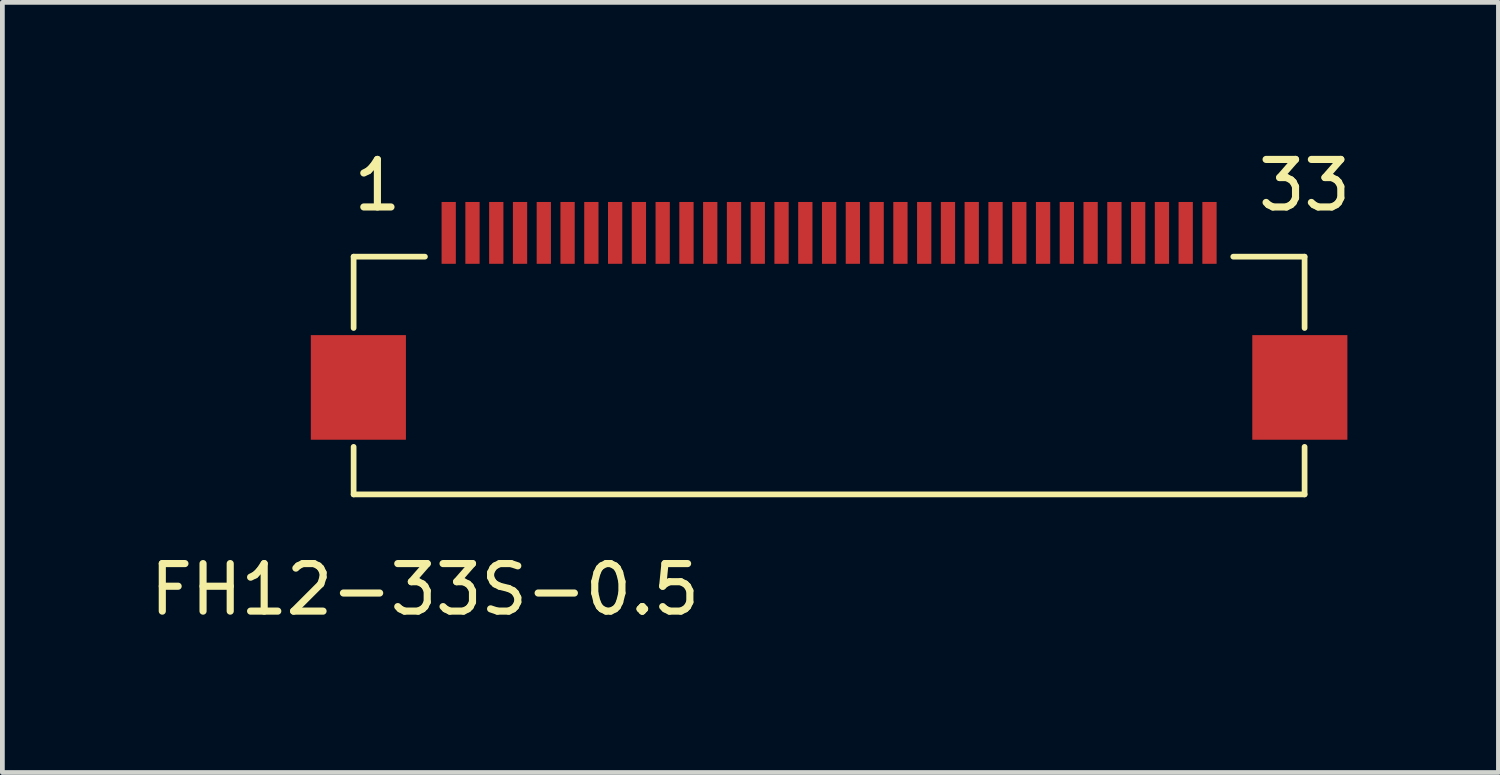
<source format=kicad_pcb>
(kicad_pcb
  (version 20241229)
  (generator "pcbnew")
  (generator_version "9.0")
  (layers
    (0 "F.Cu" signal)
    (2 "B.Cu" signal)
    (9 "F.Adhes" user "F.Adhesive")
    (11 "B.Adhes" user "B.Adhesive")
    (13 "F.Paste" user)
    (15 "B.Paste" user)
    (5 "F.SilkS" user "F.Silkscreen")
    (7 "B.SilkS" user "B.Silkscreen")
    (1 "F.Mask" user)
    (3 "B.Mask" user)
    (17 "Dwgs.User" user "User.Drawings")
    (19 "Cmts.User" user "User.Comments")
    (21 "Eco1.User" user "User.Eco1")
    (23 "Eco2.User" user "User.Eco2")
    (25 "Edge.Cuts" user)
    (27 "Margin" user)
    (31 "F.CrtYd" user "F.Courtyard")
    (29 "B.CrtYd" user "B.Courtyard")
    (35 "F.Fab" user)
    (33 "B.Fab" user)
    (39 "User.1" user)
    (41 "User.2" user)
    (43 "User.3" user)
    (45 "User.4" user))
  (footprint "FH12-33S-0.5"
    (layer "F.Cu")
    (at 6.387 1.848)
    (property "Reference" "FH12-33S-0.5" (at -0.5 7.5 0) (layer "F.SilkS") (effects (font (size 1 1) (thickness 0.15))))
    (attr through_hole)
    (fp_line (start -2 0.5) (end -0.5 0.5) (stroke (width 0.12) (type solid)) (layer "F.SilkS"))
    (fp_line (start -2 2) (end -2 0.5) (stroke (width 0.12) (type solid)) (layer "F.SilkS"))
    (fp_line (start -2 4.5) (end -2 5.5) (stroke (width 0.12) (type solid)) (layer "F.SilkS"))
    (fp_line (start -2 5.5) (end 18 5.5) (stroke (width 0.12) (type solid)) (layer "F.SilkS"))
    (fp_line (start 16.5 0.5) (end 18 0.5) (stroke (width 0.12) (type solid)) (layer "F.SilkS"))
    (fp_line (start 18 0.5) (end 18 2) (stroke (width 0.12) (type solid)) (layer "F.SilkS"))
    (fp_line (start 18 5.5) (end 18 4.5) (stroke (width 0.12) (type solid)) (layer "F.SilkS"))
    (fp_text user "1" (at -1.5 -1 0) (layer "F.SilkS") (effects (font (size 1 1) (thickness 0.15))))
    (fp_text user "33" (at 18 -1 0) (layer "F.SilkS") (effects (font (size 1 1) (thickness 0.15))))
    (pad "1" smd rect (at 0 0) (size 0.3 1.3) (layers "F.Cu" "F.Mask" "F.Paste"))
    (pad "2" smd rect (at 0.5 0) (size 0.3 1.3) (layers "F.Cu" "F.Mask" "F.Paste"))
    (pad "3" smd rect (at 1 0) (size 0.3 1.3) (layers "F.Cu" "F.Mask" "F.Paste"))
    (pad "4" smd rect (at 1.5 0) (size 0.3 1.3) (layers "F.Cu" "F.Mask" "F.Paste"))
    (pad "5" smd rect (at 2 0) (size 0.3 1.3) (layers "F.Cu" "F.Mask" "F.Paste"))
    (pad "6" smd rect (at 2.5 0) (size 0.3 1.3) (layers "F.Cu" "F.Mask" "F.Paste"))
    (pad "7" smd rect (at 3 0) (size 0.3 1.3) (layers "F.Cu" "F.Mask" "F.Paste"))
    (pad "8" smd rect (at 3.5 0) (size 0.3 1.3) (layers "F.Cu" "F.Mask" "F.Paste"))
    (pad "9" smd rect (at 4 0) (size 0.3 1.3) (layers "F.Cu" "F.Mask" "F.Paste"))
    (pad "10" smd rect (at 4.5 0) (size 0.3 1.3) (layers "F.Cu" "F.Mask" "F.Paste"))
    (pad "11" smd rect (at 5 0) (size 0.3 1.3) (layers "F.Cu" "F.Mask" "F.Paste"))
    (pad "12" smd rect (at 5.5 0) (size 0.3 1.3) (layers "F.Cu" "F.Mask" "F.Paste"))
    (pad "13" smd rect (at 6 0) (size 0.3 1.3) (layers "F.Cu" "F.Mask" "F.Paste"))
    (pad "14" smd rect (at 6.5 0) (size 0.3 1.3) (layers "F.Cu" "F.Mask" "F.Paste"))
    (pad "15" smd rect (at 7 0) (size 0.3 1.3) (layers "F.Cu" "F.Mask" "F.Paste"))
    (pad "16" smd rect (at 7.5 0) (size 0.3 1.3) (layers "F.Cu" "F.Mask" "F.Paste"))
    (pad "17" smd rect (at 8 0) (size 0.3 1.3) (layers "F.Cu" "F.Mask" "F.Paste"))
    (pad "18" smd rect (at 8.5 0) (size 0.3 1.3) (layers "F.Cu" "F.Mask" "F.Paste"))
    (pad "19" smd rect (at 9 0) (size 0.3 1.3) (layers "F.Cu" "F.Mask" "F.Paste"))
    (pad "20" smd rect (at 9.5 0) (size 0.3 1.3) (layers "F.Cu" "F.Mask" "F.Paste"))
    (pad "21" smd rect (at 10 0) (size 0.3 1.3) (layers "F.Cu" "F.Mask" "F.Paste"))
    (pad "22" smd rect (at 10.5 0) (size 0.3 1.3) (layers "F.Cu" "F.Mask" "F.Paste"))
    (pad "23" smd rect (at 11 0) (size 0.3 1.3) (layers "F.Cu" "F.Mask" "F.Paste"))
    (pad "24" smd rect (at 11.5 0) (size 0.3 1.3) (layers "F.Cu" "F.Mask" "F.Paste"))
    (pad "25" smd rect (at 12 0) (size 0.3 1.3) (layers "F.Cu" "F.Mask" "F.Paste"))
    (pad "26" smd rect (at 12.5 0) (size 0.3 1.3) (layers "F.Cu" "F.Mask" "F.Paste"))
    (pad "27" smd rect (at 13 0) (size 0.3 1.3) (layers "F.Cu" "F.Mask" "F.Paste"))
    (pad "28" smd rect (at 13.5 0) (size 0.3 1.3) (layers "F.Cu" "F.Mask" "F.Paste"))
    (pad "29" smd rect (at 14 0) (size 0.3 1.3) (layers "F.Cu" "F.Mask" "F.Paste"))
    (pad "30" smd rect (at 14.5 0) (size 0.3 1.3) (layers "F.Cu" "F.Mask" "F.Paste"))
    (pad "31" smd rect (at 15 0) (size 0.3 1.3) (layers "F.Cu" "F.Mask" "F.Paste"))
    (pad "32" smd rect (at 15.5 0) (size 0.3 1.3) (layers "F.Cu" "F.Mask" "F.Paste"))
    (pad "33" smd rect (at 16 0) (size 0.3 1.3) (layers "F.Cu" "F.Mask" "F.Paste"))
    (pad "34" smd rect (at -1.9 3.25) (size 2 2.2) (layers "F.Cu" "F.Mask" "F.Paste"))
    (pad "35" smd rect (at 17.9 3.25) (size 2 2.2) (layers "F.Cu" "F.Mask" "F.Paste")))
  (gr_rect
    (start -3 -3)
    (end 28.464 13.197)
    (stroke (width 0.1) (type default))
    (fill no)
    (layer "Edge.Cuts")))
</source>
